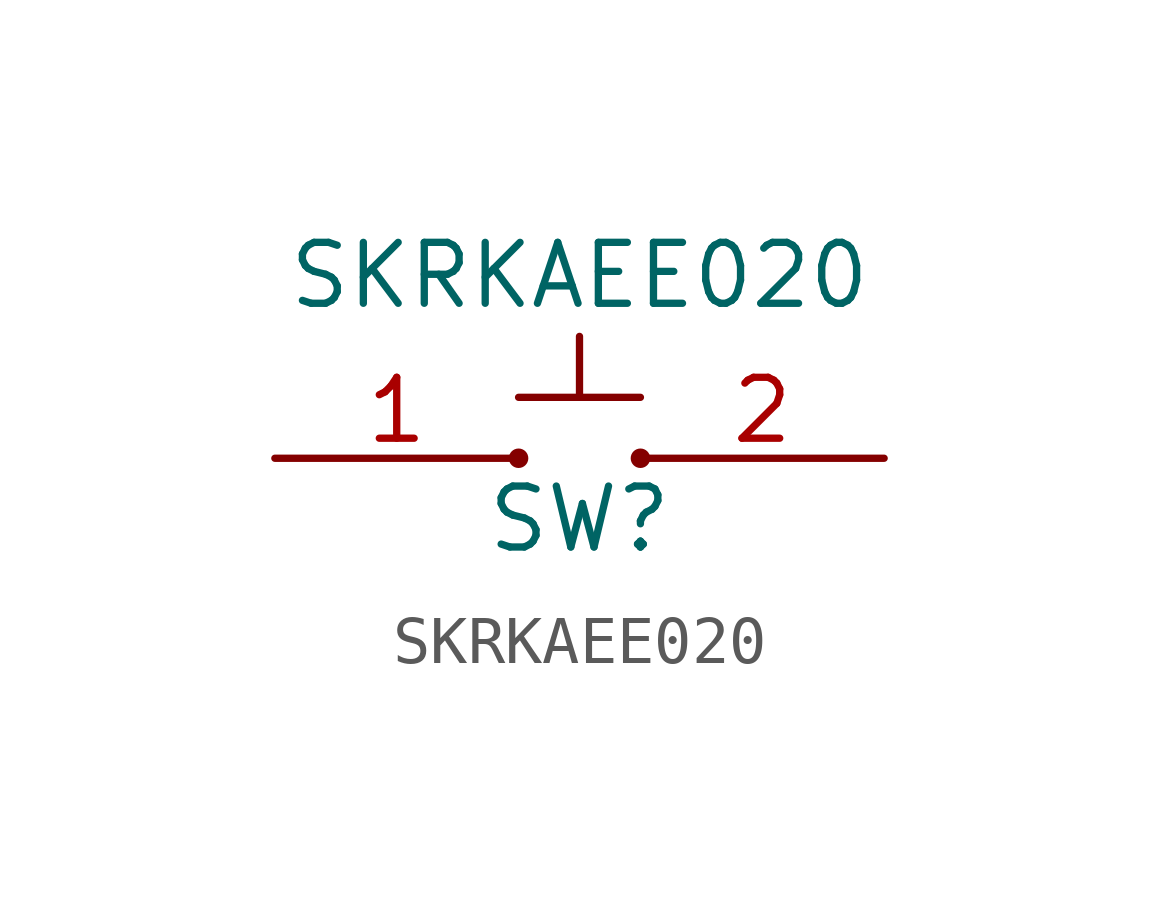
<source format=kicad_sym>
(kicad_symbol_lib
  (version 20220914)
  (generator kicad_symbol_editor)
  (symbol "SKRKAEE020"
    (pin_names
      (offset 1.016))
    (property "Reference" "SW"
      (at 0 -1.27 0)
      (effects (font (size 1.27 1.27))))
    (property "Value" "SKRKAEE020"
      (at 0 3.81 0)
      (effects (font (size 1.27 1.27))))
    (symbol "SKRKAEE020_0_1"
      (circle (center -1.27 0) (radius 0.127) (stroke (width 0) (type solid)) (fill (type none)))
      (polyline (pts (xy -1.27 1.27) (xy 1.27 1.27)) (stroke (width 0) (type solid)) (fill (type none)))
      (polyline (pts (xy 0 1.27) (xy 0 2.54)) (stroke (width 0) (type solid)) (fill (type none)))
      (circle (center 1.27 0) (radius 0.127) (stroke (width 0) (type solid)) (fill (type none))))
    (symbol "SKRKAEE020_1_1"
      (pin passive line (at -6.35 0 0) (length 5.08) (name "~" (effects (font (size 1.27 1.27)))) (number "1" (effects (font (size 1.27 1.27)))))
      (pin passive line (at 6.35 0 180) (length 5.08) (name "~" (effects (font (size 1.27 1.27)))) (number "2" (effects (font (size 1.27 1.27))))))))
</source>
